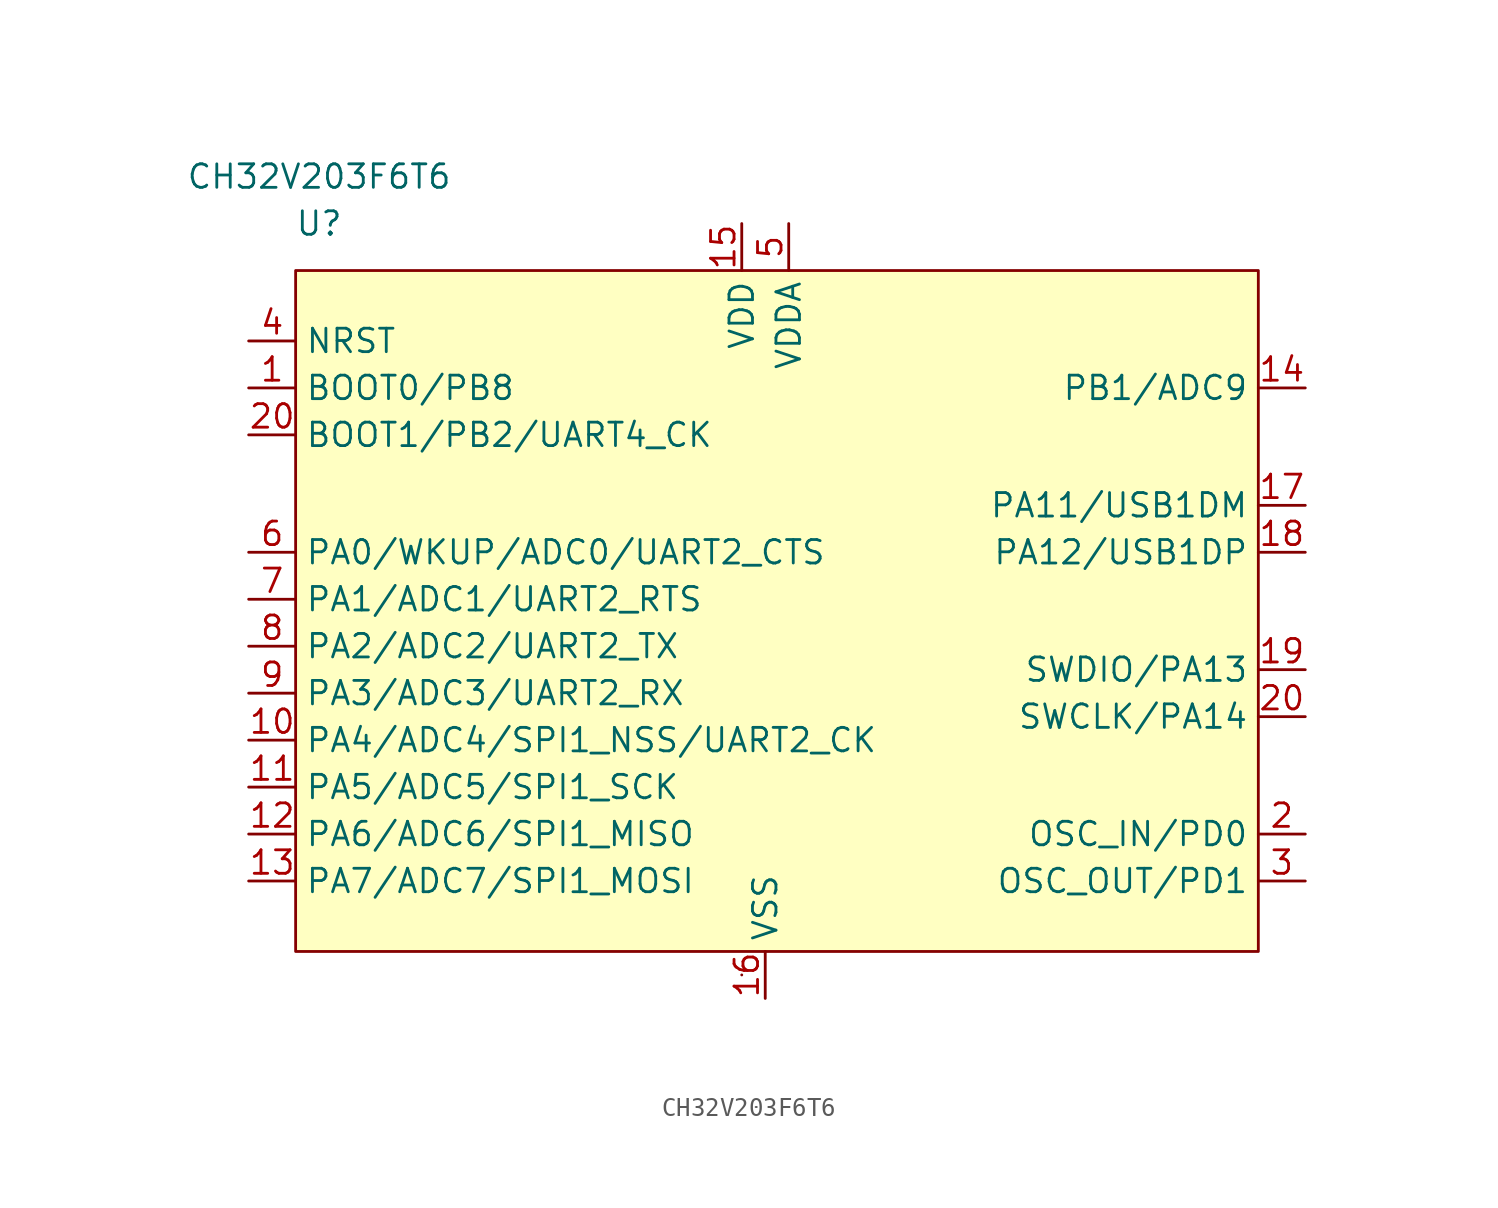
<source format=kicad_sym>
(kicad_symbol_lib
  (version 20211014)
  (generator kicad_symbol_editor)
  (symbol "CH32V203F6T6"
    (property "Reference" "U"
      (at -24.13 25.4 0)
      (effects (font (size 1.27 1.27))))
    (property "Value" "CH32V203F6T6"
      (at -24.13 27.94 0)
      (effects (font (size 1.27 1.27))))
    (symbol "CH32V203F6T6_0_1"
      (rectangle (start -25.4 22.86) (end 26.67 -13.97) (stroke (width 0.152) (type default) (color 0 0 0 0)) (fill (type background)))
      (rectangle (start -1.27 -15.24) (end -1.27 -15.24) (stroke (width 0.152) (type default) (color 0 0 0 0)) (fill (type none))))
    (symbol "CH32V203F6T6_1_1"
      (pin input line (at -27.94 16.51 0) (length 2.54) (name "BOOT0/PB8" (effects (font (size 1.27 1.27)))) (number "1" (effects (font (size 1.27 1.27)))))
      (pin bidirectional line (at -27.94 -2.54 0) (length 2.54) (name "PA4/ADC4/SPI1_NSS/UART2_CK" (effects (font (size 1.27 1.27)))) (number "10" (effects (font (size 1.27 1.27)))))
      (pin bidirectional line (at -27.94 -5.08 0) (length 2.54) (name "PA5/ADC5/SPI1_SCK" (effects (font (size 1.27 1.27)))) (number "11" (effects (font (size 1.27 1.27)))))
      (pin bidirectional line (at -27.94 -7.62 0) (length 2.54) (name "PA6/ADC6/SPI1_MISO" (effects (font (size 1.27 1.27)))) (number "12" (effects (font (size 1.27 1.27)))))
      (pin bidirectional line (at -27.94 -10.16 0) (length 2.54) (name "PA7/ADC7/SPI1_MOSI" (effects (font (size 1.27 1.27)))) (number "13" (effects (font (size 1.27 1.27)))))
      (pin bidirectional line (at 29.21 16.51 180) (length 2.54) (name "PB1/ADC9" (effects (font (size 1.27 1.27)))) (number "14" (effects (font (size 1.27 1.27)))))
      (pin power_in line (at -1.27 25.4 270) (length 2.54) (name "VDD" (effects (font (size 1.27 1.27)))) (number "15" (effects (font (size 1.27 1.27)))))
      (pin power_in line (at 0 -16.51 90) (length 2.54) (name "VSS" (effects (font (size 1.27 1.27)))) (number "16" (effects (font (size 1.27 1.27)))))
      (pin bidirectional line (at 29.21 10.16 180) (length 2.54) (name "PA11/USB1DM" (effects (font (size 1.27 1.27)))) (number "17" (effects (font (size 1.27 1.27)))))
      (pin bidirectional line (at 29.21 7.62 180) (length 2.54) (name "PA12/USB1DP" (effects (font (size 1.27 1.27)))) (number "18" (effects (font (size 1.27 1.27)))))
      (pin bidirectional line (at 29.21 1.27 180) (length 2.54) (name "SWDIO/PA13" (effects (font (size 1.27 1.27)))) (number "19" (effects (font (size 1.27 1.27)))))
      (pin bidirectional line (at 29.21 -7.62 180) (length 2.54) (name "OSC_IN/PD0" (effects (font (size 1.27 1.27)))) (number "2" (effects (font (size 1.27 1.27)))))
      (pin bidirectional line (at -27.94 13.97 0) (length 2.54) (name "BOOT1/PB2/UART4_CK" (effects (font (size 1.27 1.27)))) (number "20" (effects (font (size 1.27 1.27)))))
      (pin bidirectional line (at 29.21 -1.27 180) (length 2.54) (name "SWCLK/PA14" (effects (font (size 1.27 1.27)))) (number "20" (effects (font (size 1.27 1.27)))))
      (pin bidirectional line (at 29.21 -10.16 180) (length 2.54) (name "OSC_OUT/PD1" (effects (font (size 1.27 1.27)))) (number "3" (effects (font (size 1.27 1.27)))))
      (pin input line (at -27.94 19.05 0) (length 2.54) (name "NRST" (effects (font (size 1.27 1.27)))) (number "4" (effects (font (size 1.27 1.27)))))
      (pin power_in line (at 1.27 25.4 270) (length 2.54) (name "VDDA" (effects (font (size 1.27 1.27)))) (number "5" (effects (font (size 1.27 1.27)))))
      (pin bidirectional line (at -27.94 7.62 0) (length 2.54) (name "PA0/WKUP/ADC0/UART2_CTS" (effects (font (size 1.27 1.27)))) (number "6" (effects (font (size 1.27 1.27)))))
      (pin bidirectional line (at -27.94 5.08 0) (length 2.54) (name "PA1/ADC1/UART2_RTS" (effects (font (size 1.27 1.27)))) (number "7" (effects (font (size 1.27 1.27)))))
      (pin bidirectional line (at -27.94 2.54 0) (length 2.54) (name "PA2/ADC2/UART2_TX" (effects (font (size 1.27 1.27)))) (number "8" (effects (font (size 1.27 1.27)))))
      (pin bidirectional line (at -27.94 0 0) (length 2.54) (name "PA3/ADC3/UART2_RX" (effects (font (size 1.27 1.27)))) (number "9" (effects (font (size 1.27 1.27))))))))
</source>
